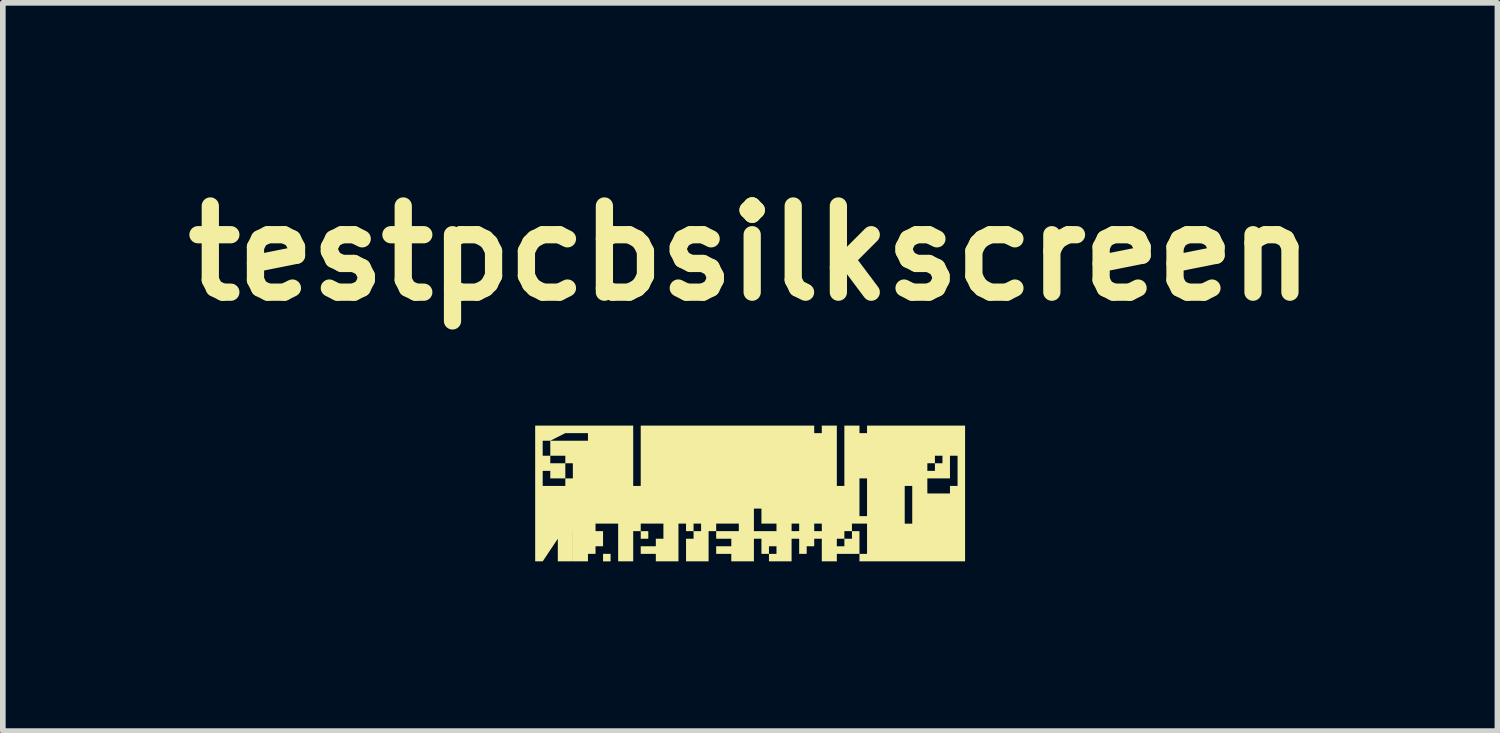
<source format=kicad_pcb>
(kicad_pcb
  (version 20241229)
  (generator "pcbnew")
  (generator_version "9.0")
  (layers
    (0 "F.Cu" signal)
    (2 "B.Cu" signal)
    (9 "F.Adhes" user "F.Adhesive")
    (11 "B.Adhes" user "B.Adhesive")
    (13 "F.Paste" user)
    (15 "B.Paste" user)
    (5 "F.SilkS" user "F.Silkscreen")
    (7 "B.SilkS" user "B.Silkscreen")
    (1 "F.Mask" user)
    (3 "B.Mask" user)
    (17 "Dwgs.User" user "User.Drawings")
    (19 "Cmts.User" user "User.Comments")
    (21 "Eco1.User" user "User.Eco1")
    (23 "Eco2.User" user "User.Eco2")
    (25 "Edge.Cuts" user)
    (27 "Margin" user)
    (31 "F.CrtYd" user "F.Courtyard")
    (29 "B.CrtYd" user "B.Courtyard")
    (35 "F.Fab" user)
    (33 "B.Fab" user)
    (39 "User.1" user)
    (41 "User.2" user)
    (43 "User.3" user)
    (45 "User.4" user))
  (footprint "testpcbsilkscreen"
    (layer "F.Cu")
    (at 10.211 5.674)
    (property "Reference" "testpcbsilkscreen" (at 0 -4.248 0) (layer "F.SilkS") (effects (font (size 1.524 1.524) (thickness 0.305))))
    (attr smd)
    (fp_poly (pts (xy -3.8 -1.2) (xy -3.267 -1.067) (xy -3.133 -1.067) (xy -3 -1.067) (xy -2.867 -1.067) (xy -2.867 -0.933) (xy -3.267 -0.933) (xy -3.4 -0.933) (xy -3.533 -0.933) (xy -3.533 -0.8) (xy -3.533 -0.667) (xy -3.4 -0.667) (xy -3.267 -0.667) (xy -3.267 -0.534) (xy -3.134 -0.534) (xy -3.134 -0.4) (xy -3.134 -0.267) (xy -3.267 -0.267) (xy -3.267 -0.133) (xy -3.4 -0.133) (xy -3.533 -0.133) (xy -3.667 -0.133) (xy -3.667 -0.267) (xy -3.667 -0.4) (xy -3.533 -0.4) (xy -3.533 -0.267) (xy -3.4 -0.267) (xy -3.267 -0.267) (xy -3.267 -0.4) (xy -3.267 -0.534) (xy -3.4 -0.534) (xy -3.533 -0.534) (xy -3.533 -0.667) (xy -3.667 -0.667) (xy -3.667 -0.8) (xy -3.667 -0.933) (xy -3.533 -0.933) (xy -3.267 -1.067) (xy -3.8 -1.2) (xy -3.8 1.2) (xy -3.667 1.2) (xy -3.4 0.8) (xy -3.4 0.933) (xy -3.4 1.067) (xy -3.4 1.2) (xy -3.133 1.2) (xy -3.133 1.067) (xy -3.133 0.933) (xy -3.133 0.8) (xy -3.133 0.666) (xy -3.267 0.666) (xy -3.267 0.8) (xy -3.4 0.8) (xy -3.667 1.2) (xy -3.667 1.067) (xy -3.667 0.933) (xy -3.667 0.8) (xy -3.667 0.666) (xy -3.667 0.533) (xy -2.733 -0.133) (xy -2.6 -0.133) (xy -2.6 -0.267) (xy -2.467 -0.267) (xy -2.467 -0.4) (xy -2.467 -0.534) (xy -2.467 -0.667) (xy -2.333 -0.667) (xy -2.333 -0.534) (xy -2.333 -0.4) (xy -2.333 -0.267) (xy -2.333 -0.133) (xy -2.333 0.000005) (xy -2.467 0.000005) (xy -2.467 -0.267) (xy -2.6 -0.267) (xy -2.6 -0.133) (xy -2.733 -0.133) (xy -2.867 -0.133) (xy -2.867 -0.267) (xy -2.867 -0.4) (xy -2.867 -0.534) (xy -2.867 -0.667) (xy -2.867 -0.667) (xy -2.733 -0.667) (xy -2.733 -0.534) (xy -2.733 -0.4) (xy -2.733 -0.267) (xy -2.733 -0.133) (xy -3.667 0.533) (xy -0.867 -0.000005) (xy -1 -0.000005) (xy -1.133 -0.000005) (xy -1.267 -0.000005) (xy -1.267 -0.133) (xy -1.267 -0.267) (xy -1.267 -0.4) (xy -1.267 -0.534) (xy -1.133 -0.534) (xy -1.133 -0.667) (xy -1 -0.667) (xy -0.867 -0.667) (xy -0.734 -0.667) (xy -0.734 -0.534) (xy -0.734 -0.4) (xy -0.734 -0.267) (xy -0.734 -0.133) (xy -0.867 -0.133) (xy -0.867 -0.000005) (xy -3.667 0.533) (xy 0.067 0.133) (xy -0.067 0.133) (xy -0.067 -0.000016) (xy -0.067 -0.133) (xy -0.067 -0.267) (xy -0.067 -0.4) (xy -0.2 -0.4) (xy -0.2 -0.267) (xy -0.333 -0.267) (xy -0.333 -0.133) (xy -0.333 -0.000016) (xy -0.333 0.133) (xy -0.467 0.133) (xy -0.467 -0.000016) (xy -0.467 -0.133) (xy -0.467 -0.267) (xy -0.467 -0.4) (xy -0.333 -0.534) (xy -0.2 -0.534) (xy -0.2 -0.4) (xy -0.067 -0.4) (xy -0.067 -0.534) (xy 0.067 -0.534) (xy 0.067 -0.4) (xy 0.067 -0.267) (xy 0.067 -0.133) (xy 0.067 -0.000016) (xy 0.067 0.133) (xy -3.667 0.533) (xy 1.133 0.133) (xy 1.133 -0.000016) (xy 1.133 -0.133) (xy 1.133 -0.267) (xy 1.133 -0.4) (xy 1.267 -0.4) (xy 1.267 -0.267) (xy 1.267 -0.133) (xy 1.267 -0.000016) (xy 1.267 0.133) (xy 1.267 0.267) (xy 1.133 0.267) (xy 1.133 0.133) (xy -3.667 0.533) (xy -3.533 0.533) (xy -3.533 0.666) (xy -3.4 0.666) (xy -3.4 0.533) (xy -3.267 0.533) (xy -3.134 0.533) (xy -2.867 0.666) (xy -2.867 0.8) (xy -2.867 0.933) (xy -2.867 1.067) (xy -2.733 1.067) (xy -2.733 0.933) (xy -2.6 0.933) (xy -2.6 0.8) (xy -2.6 0.666) (xy -2.733 0.666) (xy -2.867 0.666) (xy -3.134 0.533) (xy -3.134 0.666) (xy -3.134 0.8) (xy -3.134 0.933) (xy -3.134 1.067) (xy -3.134 1.2) (xy -2.867 1.2) (xy -2.6 1.067) (xy -2.6 1.2) (xy -2.467 1.2) (xy -2.467 1.067) (xy -2.6 1.067) (xy -2.867 1.2) (xy -2.867 1.067) (xy -2.867 0.933) (xy -2.867 0.8) (xy -2.867 0.666) (xy -2.733 0.666) (xy -2.733 0.533) (xy -2.6 0.533) (xy -2.467 0.533) (xy -2.333 0.533) (xy -1.934 0.666) (xy -1.934 0.8) (xy -1.8 0.8) (xy -1.8 0.666) (xy -1.934 0.666) (xy -2.333 0.533) (xy -2.333 0.666) (xy -2.333 0.8) (xy -2.333 0.933) (xy -2.333 1.067) (xy -2.333 1.2) (xy -2.067 1.2) (xy -2.067 1.067) (xy -2.067 0.933) (xy -2.067 0.8) (xy -2.067 0.666) (xy -1.934 0.666) (xy -1.934 0.533) (xy -1.8 0.533) (xy -1.667 0.533) (xy -1.533 0.533) (xy -1.533 0.666) (xy -1.533 0.8) (xy -1.667 0.8) (xy -1.667 0.933) (xy -1.8 0.933) (xy -1.934 0.933) (xy -1.934 1.067) (xy -1.8 1.067) (xy -1.667 1.067) (xy -1.667 1.2) (xy -1.267 1.2) (xy -1.267 1.067) (xy -1.267 0.933) (xy -1.267 0.8) (xy -1.267 0.666) (xy -1.267 0.533) (xy -1.133 0.533) (xy -1.133 0.666) (xy -1 0.666) (xy -1 0.533) (xy -0.867 0.533) (xy -0.6 0.666) (xy -0.6 0.8) (xy -0.467 0.8) (xy 1.533 0.8) (xy 1.533 0.666) (xy -0.467 0.666) (xy -0.6 0.666) (xy -0.867 0.533) (xy -0.867 0.666) (xy -1 0.666) (xy -1 0.8) (xy -1.133 0.8) (xy -1.133 0.933) (xy -1.133 1.067) (xy -1.133 1.2) (xy -0.734 1.2) (xy -0.734 1.067) (xy -0.734 0.933) (xy -0.734 0.8) (xy -0.734 0.666) (xy -0.6 0.666) (xy -0.6 0.533) (xy -0.467 0.533) (xy -0.333 0.533) (xy -0.2 0.533) (xy -0.2 0.666) (xy -0.2 0.8) (xy -0.333 0.8) (xy -0.333 0.933) (xy -0.467 0.933) (xy -0.6 0.933) (xy -0.6 1.067) (xy -0.467 1.067) (xy -0.333 1.067) (xy -0.333 1.2) (xy 0.067 1.2) (xy 0.067 1.067) (xy 0.067 0.933) (xy 0.067 0.8) (xy 0.067 0.666) (xy 0.067 0.533) (xy 0.067 0.4) (xy 0.067 0.267) (xy 1.933 0.267) (xy 1.933 0.133) (xy 1.933 -0.000027) (xy 1.933 -0.133) (xy 1.933 -0.267) (xy 2.067 -0.267) (xy 2.067 -0.133) (xy 2.067 -0.000027) (xy 2.067 0.133) (xy 2.067 0.267) (xy 2.067 0.4) (xy 1.933 0.4) (xy 1.933 0.267) (xy 0.067 0.267) (xy 0.2 0.267) (xy 2.733 0.534) (xy 2.733 -0.267) (xy 2.6 -0.267) (xy 2.6 -0.133) (xy 2.467 -0.133) (xy 2.333 -0.133) (xy 2.333 -0.267) (xy 2.333 -0.4) (xy 2.333 -0.534) (xy 2.333 -0.667) (xy 2.333 -0.133) (xy 2.467 -0.133) (xy 2.467 -0.000037) (xy 2.467 0.133) (xy 2.467 0.267) (xy 2.467 0.4) (xy 2.6 0.4) (xy 2.6 0.267) (xy 2.733 0.267) (xy 2.733 0.133) (xy 2.733 -0.000037) (xy 2.733 -0.133) (xy 2.866 -0.133) (xy 2.866 -0.000037) (xy 2.866 0.133) (xy 2.866 0.267) (xy 2.866 0.4) (xy 2.866 0.534) (xy 2.733 0.534) (xy 0.2 0.267) (xy 0.2 0.4) (xy 0.2 0.533) (xy 0.333 0.533) (xy 0.466 0.533) (xy 0.466 0.666) (xy 0.333 0.666) (xy 0.2 0.666) (xy 0.2 0.8) (xy 0.2 0.933) (xy 0.2 1.067) (xy 0.333 1.067) (xy 0.333 0.933) (xy 0.466 0.933) (xy 0.466 1.067) (xy 0.333 1.067) (xy 0.333 1.2) (xy 0.733 1.2) (xy 0.733 1.067) (xy 0.733 0.933) (xy 0.733 0.8) (xy 0.733 0.666) (xy 0.733 0.533) (xy 0.867 0.533) (xy 0.867 0.666) (xy 0.867 0.8) (xy 0.867 0.933) (xy 0.867 1.067) (xy 1 1.067) (xy 1 0.933) (xy 1.133 0.933) (xy 1.133 0.8) (xy 1.133 0.666) (xy 1.133 0.533) (xy 1.267 0.533) (xy 1.267 0.666) (xy 1.267 0.8) (xy 1.267 0.933) (xy 1.267 1.067) (xy 1.267 1.2) (xy 1.533 1.2) (xy 1.533 1.067) (xy 1.666 1.067) (xy 1.8 1.067) (xy 1.933 1.067) (xy 1.933 0.933) (xy 1.933 0.8) (xy 1.933 0.666) (xy 1.8 0.666) (xy 1.8 0.8) (xy 1.666 0.8) (xy 1.666 0.933) (xy 1.533 0.933) (xy 1.533 0.8) (xy 1.666 0.8) (xy 1.666 0.666) (xy 1.8 0.666) (xy 1.8 0.533) (xy 1.933 0.533) (xy 2.067 0.533) (xy 2.733 1.067) (xy 2.733 1.2) (xy 2.867 1.2) (xy 2.867 1.067) (xy 2.733 1.067) (xy 2.067 0.533) (xy 2.067 0.666) (xy 2.067 0.8) (xy 2.067 0.933) (xy 2.067 1.067) (xy 1.933 1.067) (xy 1.933 1.2) (xy 3.8 1.2) (xy 3.667 -0.667) (xy 3.667 -0.534) (xy 3.667 -0.4) (xy 3.667 -0.267) (xy 3.667 -0.133) (xy 3.533 -0.133) (xy 3.533 -0.000005) (xy 3.4 -0.000005) (xy 3.267 -0.000005) (xy 3.133 -0.000005) (xy 3.133 -0.267) (xy 3.267 -0.267) (xy 3.4 -0.267) (xy 3.533 -0.267) (xy 3.533 -0.4) (xy 3.533 -0.534) (xy 3.533 -0.667) (xy 3.4 -0.667) (xy 3.4 -0.534) (xy 3.267 -0.534) (xy 3.267 -0.4) (xy 3.133 -0.4) (xy 3.133 -0.534) (xy 3.267 -0.534) (xy 3.267 -0.667) (xy 3.4 -0.667) (xy 3.533 -0.667) (xy 3.667 -0.667) (xy 3.8 1.2) (xy 3.8 -1.2) (xy 2.067 -1.2) (xy 2.067 -1.067) (xy 1.933 -1.067) (xy 1.933 -1.2) (xy 1.666 -1.2) (xy 1.666 -1.067) (xy 1.666 -0.933) (xy 1.666 -0.8) (xy 1.666 -0.667) (xy 1.666 -0.534) (xy 1.666 -0.4) (xy 1.666 -0.267) (xy 1.666 -0.133) (xy 1.533 -0.133) (xy 1.533 -0.267) (xy 1.533 -0.4) (xy 1.533 -0.534) (xy 1.533 -0.667) (xy 1.533 -0.8) (xy 1.533 -0.933) (xy 1.533 -1.067) (xy 1.533 -1.2) (xy 1.267 -1.2) (xy 1.267 -1.067) (xy 1.133 -1.067) (xy 1.133 -1.2) (xy -1.934 -1.2) (xy -1.934 -1.067) (xy -1.934 -0.933) (xy -1.934 -0.8) (xy -1.934 -0.667) (xy -1.934 -0.534) (xy -1.934 -0.4) (xy -1.934 -0.267) (xy -1.934 -0.133) (xy -2.067 -0.133) (xy -2.067 -0.267) (xy -2.067 -0.4) (xy -2.067 -0.534) (xy -2.067 -0.667) (xy -2.067 -0.8) (xy -2.067 -0.933) (xy -2.067 -1.067) (xy -2.067 -1.2) (xy -3.8 -1.2)) (stroke (width 0) (type solid)) (fill yes) (layer "F.SilkS")))
  (gr_rect
    (start -3 -3)
    (end 23.422 9.874)
    (stroke (width 0.1) (type default))
    (fill no)
    (layer "Edge.Cuts")))
</source>
